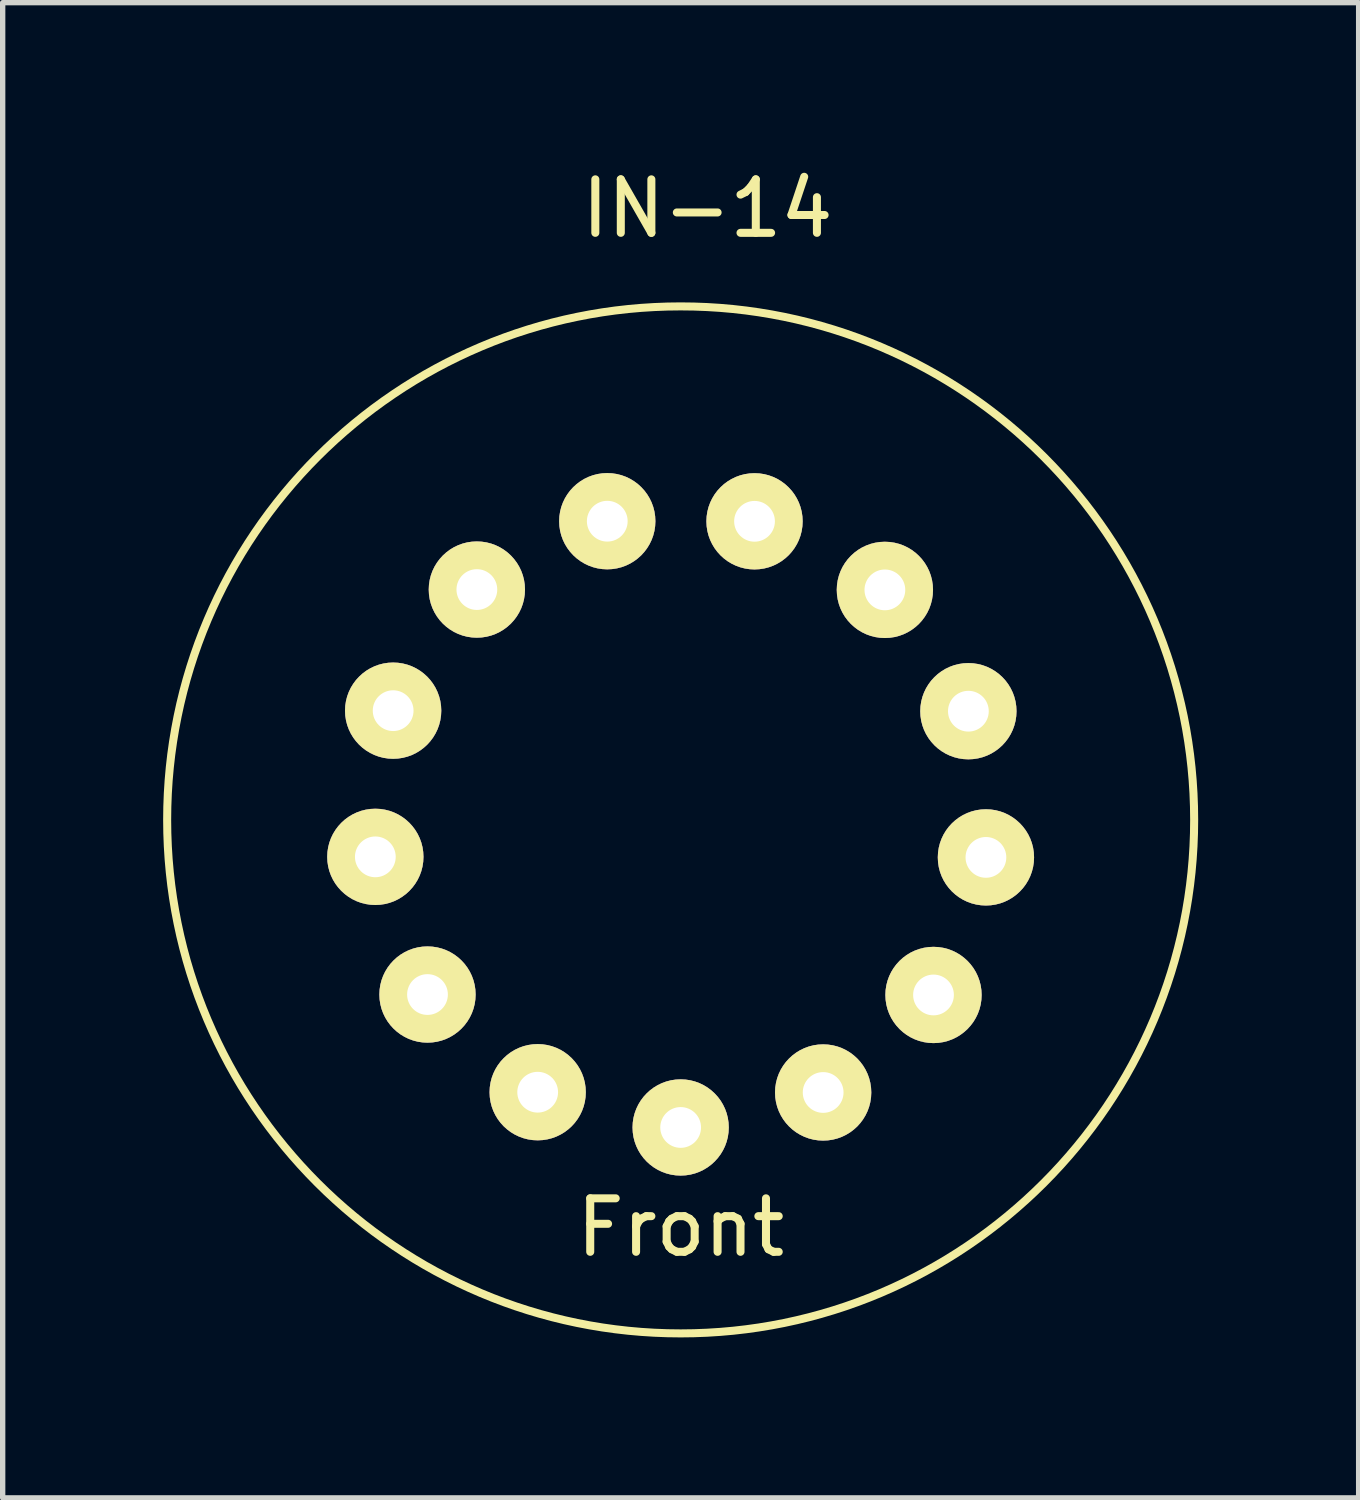
<source format=kicad_pcb>
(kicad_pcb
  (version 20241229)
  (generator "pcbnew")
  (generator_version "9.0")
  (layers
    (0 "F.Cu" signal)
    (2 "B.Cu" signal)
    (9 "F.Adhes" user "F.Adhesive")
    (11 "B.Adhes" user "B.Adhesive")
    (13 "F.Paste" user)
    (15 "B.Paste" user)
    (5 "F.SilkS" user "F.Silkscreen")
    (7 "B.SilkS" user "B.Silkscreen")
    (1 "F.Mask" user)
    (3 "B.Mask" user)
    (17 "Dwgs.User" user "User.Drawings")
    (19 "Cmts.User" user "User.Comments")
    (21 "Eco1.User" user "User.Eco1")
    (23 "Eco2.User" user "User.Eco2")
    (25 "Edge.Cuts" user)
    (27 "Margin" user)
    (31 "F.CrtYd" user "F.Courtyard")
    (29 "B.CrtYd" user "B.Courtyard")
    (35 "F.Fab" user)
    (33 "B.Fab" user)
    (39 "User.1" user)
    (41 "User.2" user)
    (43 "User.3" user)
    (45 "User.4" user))
  (footprint "IN-14"
    (layer "F.Cu")
    (at 9.675 12.278)
    (property "Reference" "IN-14" (at 0.5 -11.43 0) (layer "F.SilkS") (effects (font (size 1 1) (thickness 0.15))))
    (attr through_hole)
    (fp_circle (center 0 0) (end 0 9.6) (stroke (width 0.15) (type solid)) (fill no) (layer "F.SilkS"))
    (fp_text user "Front" (at 0 7.62 0) (layer "F.SilkS") (effects (font (size 1 1) (thickness 0.15))))
    (pad "1" thru_hole circle (at 0 5.75) (size 1.8 1.8) (drill 0.762) (layers "*.Cu" "*.Mask" "F.SilkS"))
    (pad "2" thru_hole circle (at -2.673 5.091) (size 1.8 1.8) (drill 0.762) (layers "*.Cu" "*.Mask" "F.SilkS"))
    (pad "3" thru_hole circle (at -4.733 3.265) (size 1.8 1.8) (drill 0.762) (layers "*.Cu" "*.Mask" "F.SilkS"))
    (pad "4" thru_hole circle (at -5.708 0.691) (size 1.8 1.8) (drill 0.762) (layers "*.Cu" "*.Mask" "F.SilkS"))
    (pad "5" thru_hole circle (at -5.375 -2.042) (size 1.8 1.8) (drill 0.762) (layers "*.Cu" "*.Mask" "F.SilkS"))
    (pad "6" thru_hole circle (at -3.81 -4.306) (size 1.8 1.8) (drill 0.762) (layers "*.Cu" "*.Mask" "F.SilkS"))
    (pad "7" thru_hole circle (at -1.372 -5.584) (size 1.8 1.8) (drill 0.762) (layers "*.Cu" "*.Mask" "F.SilkS"))
    (pad "8" thru_hole circle (at 1.381 -5.582) (size 1.8 1.8) (drill 0.762) (layers "*.Cu" "*.Mask" "F.SilkS"))
    (pad "9" thru_hole circle (at 3.818 -4.3) (size 1.8 1.8) (drill 0.762) (layers "*.Cu" "*.Mask" "F.SilkS"))
    (pad "10" thru_hole circle (at 5.379 -2.032) (size 1.8 1.8) (drill 0.762) (layers "*.Cu" "*.Mask" "F.SilkS"))
    (pad "11" thru_hole circle (at 5.707 0.701) (size 1.8 1.8) (drill 0.762) (layers "*.Cu" "*.Mask" "F.SilkS"))
    (pad "12" thru_hole circle (at 4.727 3.273) (size 1.8 1.8) (drill 0.762) (layers "*.Cu" "*.Mask" "F.SilkS"))
    (pad "13" thru_hole circle (at 2.664 5.096) (size 1.8 1.8) (drill 0.762) (layers "*.Cu" "*.Mask" "F.SilkS")))
  (gr_rect
    (start -3 -3)
    (end 22.35 24.953)
    (stroke (width 0.1) (type default))
    (fill no)
    (layer "Edge.Cuts")))
</source>
